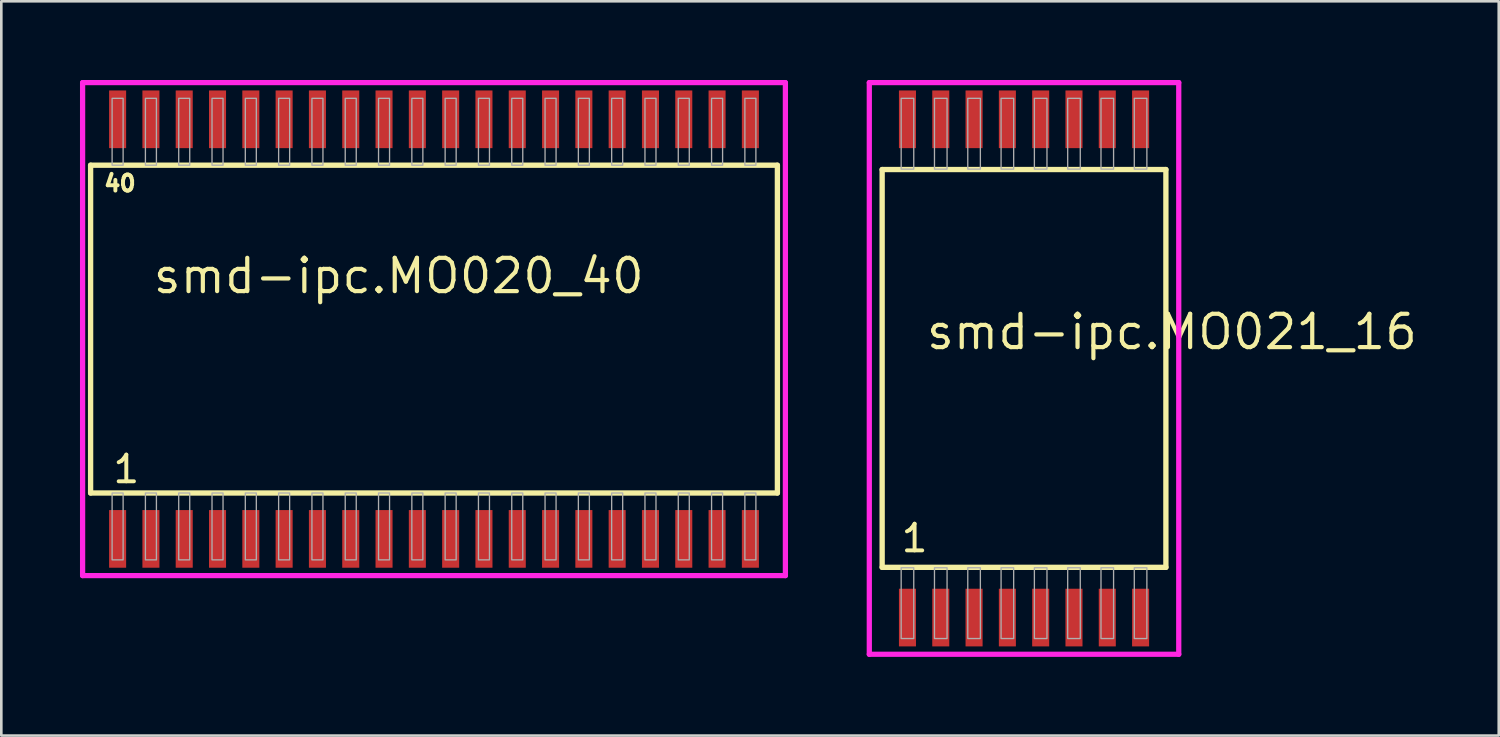
<source format=kicad_pcb>
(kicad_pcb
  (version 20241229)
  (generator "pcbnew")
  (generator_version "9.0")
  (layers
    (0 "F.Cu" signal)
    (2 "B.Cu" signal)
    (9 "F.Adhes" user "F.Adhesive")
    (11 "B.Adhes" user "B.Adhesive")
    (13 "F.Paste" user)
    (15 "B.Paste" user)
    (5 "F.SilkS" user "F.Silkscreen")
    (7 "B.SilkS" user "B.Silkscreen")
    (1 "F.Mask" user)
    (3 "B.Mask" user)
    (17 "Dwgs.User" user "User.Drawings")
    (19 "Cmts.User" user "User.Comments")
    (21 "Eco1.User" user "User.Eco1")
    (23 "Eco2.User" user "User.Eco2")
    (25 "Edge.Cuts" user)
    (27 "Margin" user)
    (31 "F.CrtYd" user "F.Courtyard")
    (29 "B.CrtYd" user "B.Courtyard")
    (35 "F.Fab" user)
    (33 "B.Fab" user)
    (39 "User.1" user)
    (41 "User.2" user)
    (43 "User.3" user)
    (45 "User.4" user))
  (footprint "smd-ipc.MO020_40"
    (layer "F.Cu")
    (at 13.5 9.5)
    (property "Reference" "smd-ipc.MO020_40" (at -10.795 -1.285 0) (layer "F.SilkS") (effects (font (size 1.27 1.27) (thickness 0.16)) (justify left bottom)))
    (attr smd)
    (fp_line (start -13.095 -6.25) (end 13.095 -6.25) (stroke (width 0.203) (type default)) (layer "F.SilkS"))
    (fp_line (start -13.095 6.25) (end -13.095 -6.25) (stroke (width 0.203) (type default)) (layer "F.SilkS"))
    (fp_line (start 13.095 -6.25) (end 13.095 6.25) (stroke (width 0.203) (type default)) (layer "F.SilkS"))
    (fp_line (start 13.095 6.25) (end -13.095 6.25) (stroke (width 0.203) (type default)) (layer "F.SilkS"))
    (fp_line (start -13.4 -9.4) (end 13.4 -9.4) (stroke (width 0.2) (type default)) (layer "F.CrtYd"))
    (fp_line (start -13.4 9.4) (end -13.4 -9.4) (stroke (width 0.2) (type default)) (layer "F.CrtYd"))
    (fp_line (start 13.4 -9.4) (end 13.4 9.4) (stroke (width 0.2) (type default)) (layer "F.CrtYd"))
    (fp_line (start 13.4 9.4) (end -13.4 9.4) (stroke (width 0.2) (type default)) (layer "F.CrtYd"))
    (fp_rect (start -12.275 -6.25) (end -11.855 -8.8) (stroke (width 0.05) (type default)) (fill no) (layer "F.Fab"))
    (fp_rect (start -12.275 8.8) (end -11.855 6.25) (stroke (width 0.05) (type default)) (fill no) (layer "F.Fab"))
    (fp_rect (start -11.005 -6.25) (end -10.585 -8.8) (stroke (width 0.05) (type default)) (fill no) (layer "F.Fab"))
    (fp_rect (start -11.005 8.8) (end -10.585 6.25) (stroke (width 0.05) (type default)) (fill no) (layer "F.Fab"))
    (fp_rect (start -9.735 -6.25) (end -9.315 -8.8) (stroke (width 0.05) (type default)) (fill no) (layer "F.Fab"))
    (fp_rect (start -9.735 8.8) (end -9.315 6.25) (stroke (width 0.05) (type default)) (fill no) (layer "F.Fab"))
    (fp_rect (start -8.465 -6.25) (end -8.045 -8.8) (stroke (width 0.05) (type default)) (fill no) (layer "F.Fab"))
    (fp_rect (start -8.465 8.8) (end -8.045 6.25) (stroke (width 0.05) (type default)) (fill no) (layer "F.Fab"))
    (fp_rect (start -7.195 -6.25) (end -6.775 -8.8) (stroke (width 0.05) (type default)) (fill no) (layer "F.Fab"))
    (fp_rect (start -7.195 8.8) (end -6.775 6.25) (stroke (width 0.05) (type default)) (fill no) (layer "F.Fab"))
    (fp_rect (start -5.925 -6.25) (end -5.505 -8.8) (stroke (width 0.05) (type default)) (fill no) (layer "F.Fab"))
    (fp_rect (start -5.925 8.8) (end -5.505 6.25) (stroke (width 0.05) (type default)) (fill no) (layer "F.Fab"))
    (fp_rect (start -4.655 -6.25) (end -4.235 -8.8) (stroke (width 0.05) (type default)) (fill no) (layer "F.Fab"))
    (fp_rect (start -4.655 8.8) (end -4.235 6.25) (stroke (width 0.05) (type default)) (fill no) (layer "F.Fab"))
    (fp_rect (start -3.385 -6.25) (end -2.965 -8.8) (stroke (width 0.05) (type default)) (fill no) (layer "F.Fab"))
    (fp_rect (start -3.385 8.8) (end -2.965 6.25) (stroke (width 0.05) (type default)) (fill no) (layer "F.Fab"))
    (fp_rect (start -2.115 -6.25) (end -1.695 -8.8) (stroke (width 0.05) (type default)) (fill no) (layer "F.Fab"))
    (fp_rect (start -2.115 8.8) (end -1.695 6.25) (stroke (width 0.05) (type default)) (fill no) (layer "F.Fab"))
    (fp_rect (start -0.845 -6.25) (end -0.425 -8.8) (stroke (width 0.05) (type default)) (fill no) (layer "F.Fab"))
    (fp_rect (start -0.845 8.8) (end -0.425 6.25) (stroke (width 0.05) (type default)) (fill no) (layer "F.Fab"))
    (fp_rect (start 0.425 -6.25) (end 0.845 -8.8) (stroke (width 0.05) (type default)) (fill no) (layer "F.Fab"))
    (fp_rect (start 0.425 8.8) (end 0.845 6.25) (stroke (width 0.05) (type default)) (fill no) (layer "F.Fab"))
    (fp_rect (start 1.695 -6.25) (end 2.115 -8.8) (stroke (width 0.05) (type default)) (fill no) (layer "F.Fab"))
    (fp_rect (start 1.695 8.8) (end 2.115 6.25) (stroke (width 0.05) (type default)) (fill no) (layer "F.Fab"))
    (fp_rect (start 2.965 -6.25) (end 3.385 -8.8) (stroke (width 0.05) (type default)) (fill no) (layer "F.Fab"))
    (fp_rect (start 2.965 8.8) (end 3.385 6.25) (stroke (width 0.05) (type default)) (fill no) (layer "F.Fab"))
    (fp_rect (start 4.235 -6.25) (end 4.655 -8.8) (stroke (width 0.05) (type default)) (fill no) (layer "F.Fab"))
    (fp_rect (start 4.235 8.8) (end 4.655 6.25) (stroke (width 0.05) (type default)) (fill no) (layer "F.Fab"))
    (fp_rect (start 5.505 -6.25) (end 5.925 -8.8) (stroke (width 0.05) (type default)) (fill no) (layer "F.Fab"))
    (fp_rect (start 5.505 8.8) (end 5.925 6.25) (stroke (width 0.05) (type default)) (fill no) (layer "F.Fab"))
    (fp_rect (start 6.775 -6.25) (end 7.195 -8.8) (stroke (width 0.05) (type default)) (fill no) (layer "F.Fab"))
    (fp_rect (start 6.775 8.8) (end 7.195 6.25) (stroke (width 0.05) (type default)) (fill no) (layer "F.Fab"))
    (fp_rect (start 8.045 -6.25) (end 8.465 -8.8) (stroke (width 0.05) (type default)) (fill no) (layer "F.Fab"))
    (fp_rect (start 8.045 8.8) (end 8.465 6.25) (stroke (width 0.05) (type default)) (fill no) (layer "F.Fab"))
    (fp_rect (start 9.315 -6.25) (end 9.735 -8.8) (stroke (width 0.05) (type default)) (fill no) (layer "F.Fab"))
    (fp_rect (start 9.315 8.8) (end 9.735 6.25) (stroke (width 0.05) (type default)) (fill no) (layer "F.Fab"))
    (fp_rect (start 10.585 -6.25) (end 11.005 -8.8) (stroke (width 0.05) (type default)) (fill no) (layer "F.Fab"))
    (fp_rect (start 10.585 8.8) (end 11.005 6.25) (stroke (width 0.05) (type default)) (fill no) (layer "F.Fab"))
    (fp_rect (start 11.855 -6.25) (end 12.275 -8.8) (stroke (width 0.05) (type default)) (fill no) (layer "F.Fab"))
    (fp_rect (start 11.855 8.8) (end 12.275 6.25) (stroke (width 0.05) (type default)) (fill no) (layer "F.Fab"))
    (fp_text user "1" (at -12.316 5.935 0) (layer "F.SilkS") (effects (font (size 1.016 1.016) (thickness 0.15)) (justify left bottom)))
    (fp_text user "40" (at -12.656 -5.2 0) (layer "F.SilkS") (effects (font (size 0.61 0.61) (thickness 0.15)) (justify left bottom)))
    (pad "1" smd roundrect (at -12.065 8) (size 0.65 2.2) (layers "F.Cu" "F.Mask" "F.Paste") (roundrect_rratio 0.01))
    (pad "2" smd roundrect (at -10.795 8) (size 0.65 2.2) (layers "F.Cu" "F.Mask" "F.Paste") (roundrect_rratio 0.01))
    (pad "3" smd roundrect (at -9.525 8) (size 0.65 2.2) (layers "F.Cu" "F.Mask" "F.Paste") (roundrect_rratio 0.01))
    (pad "4" smd roundrect (at -8.255 8) (size 0.65 2.2) (layers "F.Cu" "F.Mask" "F.Paste") (roundrect_rratio 0.01))
    (pad "5" smd roundrect (at -6.985 8) (size 0.65 2.2) (layers "F.Cu" "F.Mask" "F.Paste") (roundrect_rratio 0.01))
    (pad "6" smd roundrect (at -5.715 8) (size 0.65 2.2) (layers "F.Cu" "F.Mask" "F.Paste") (roundrect_rratio 0.01))
    (pad "7" smd roundrect (at -4.445 8) (size 0.65 2.2) (layers "F.Cu" "F.Mask" "F.Paste") (roundrect_rratio 0.01))
    (pad "8" smd roundrect (at -3.175 8) (size 0.65 2.2) (layers "F.Cu" "F.Mask" "F.Paste") (roundrect_rratio 0.01))
    (pad "9" smd roundrect (at -1.905 8) (size 0.65 2.2) (layers "F.Cu" "F.Mask" "F.Paste") (roundrect_rratio 0.01))
    (pad "10" smd roundrect (at -0.635 8) (size 0.65 2.2) (layers "F.Cu" "F.Mask" "F.Paste") (roundrect_rratio 0.01))
    (pad "11" smd roundrect (at 0.635 8) (size 0.65 2.2) (layers "F.Cu" "F.Mask" "F.Paste") (roundrect_rratio 0.01))
    (pad "12" smd roundrect (at 1.905 8) (size 0.65 2.2) (layers "F.Cu" "F.Mask" "F.Paste") (roundrect_rratio 0.01))
    (pad "13" smd roundrect (at 3.175 8) (size 0.65 2.2) (layers "F.Cu" "F.Mask" "F.Paste") (roundrect_rratio 0.01))
    (pad "14" smd roundrect (at 4.445 8) (size 0.65 2.2) (layers "F.Cu" "F.Mask" "F.Paste") (roundrect_rratio 0.01))
    (pad "15" smd roundrect (at 5.715 8) (size 0.65 2.2) (layers "F.Cu" "F.Mask" "F.Paste") (roundrect_rratio 0.01))
    (pad "16" smd roundrect (at 6.985 8) (size 0.65 2.2) (layers "F.Cu" "F.Mask" "F.Paste") (roundrect_rratio 0.01))
    (pad "17" smd roundrect (at 8.255 8) (size 0.65 2.2) (layers "F.Cu" "F.Mask" "F.Paste") (roundrect_rratio 0.01))
    (pad "18" smd roundrect (at 9.525 8) (size 0.65 2.2) (layers "F.Cu" "F.Mask" "F.Paste") (roundrect_rratio 0.01))
    (pad "19" smd roundrect (at 10.795 8) (size 0.65 2.2) (layers "F.Cu" "F.Mask" "F.Paste") (roundrect_rratio 0.01))
    (pad "20" smd roundrect (at 12.065 8) (size 0.65 2.2) (layers "F.Cu" "F.Mask" "F.Paste") (roundrect_rratio 0.01))
    (pad "21" smd roundrect (at 12.065 -8) (size 0.65 2.2) (layers "F.Cu" "F.Mask" "F.Paste") (roundrect_rratio 0.01))
    (pad "22" smd roundrect (at 10.795 -8) (size 0.65 2.2) (layers "F.Cu" "F.Mask" "F.Paste") (roundrect_rratio 0.01))
    (pad "23" smd roundrect (at 9.525 -8) (size 0.65 2.2) (layers "F.Cu" "F.Mask" "F.Paste") (roundrect_rratio 0.01))
    (pad "24" smd roundrect (at 8.255 -8) (size 0.65 2.2) (layers "F.Cu" "F.Mask" "F.Paste") (roundrect_rratio 0.01))
    (pad "25" smd roundrect (at 6.985 -8) (size 0.65 2.2) (layers "F.Cu" "F.Mask" "F.Paste") (roundrect_rratio 0.01))
    (pad "26" smd roundrect (at 5.715 -8) (size 0.65 2.2) (layers "F.Cu" "F.Mask" "F.Paste") (roundrect_rratio 0.01))
    (pad "27" smd roundrect (at 4.445 -8) (size 0.65 2.2) (layers "F.Cu" "F.Mask" "F.Paste") (roundrect_rratio 0.01))
    (pad "28" smd roundrect (at 3.175 -8) (size 0.65 2.2) (layers "F.Cu" "F.Mask" "F.Paste") (roundrect_rratio 0.01))
    (pad "29" smd roundrect (at 1.905 -8) (size 0.65 2.2) (layers "F.Cu" "F.Mask" "F.Paste") (roundrect_rratio 0.01))
    (pad "30" smd roundrect (at 0.635 -8) (size 0.65 2.2) (layers "F.Cu" "F.Mask" "F.Paste") (roundrect_rratio 0.01))
    (pad "31" smd roundrect (at -0.635 -8) (size 0.65 2.2) (layers "F.Cu" "F.Mask" "F.Paste") (roundrect_rratio 0.01))
    (pad "32" smd roundrect (at -1.905 -8) (size 0.65 2.2) (layers "F.Cu" "F.Mask" "F.Paste") (roundrect_rratio 0.01))
    (pad "33" smd roundrect (at -3.175 -8) (size 0.65 2.2) (layers "F.Cu" "F.Mask" "F.Paste") (roundrect_rratio 0.01))
    (pad "34" smd roundrect (at -4.445 -8) (size 0.65 2.2) (layers "F.Cu" "F.Mask" "F.Paste") (roundrect_rratio 0.01))
    (pad "35" smd roundrect (at -5.715 -8) (size 0.65 2.2) (layers "F.Cu" "F.Mask" "F.Paste") (roundrect_rratio 0.01))
    (pad "36" smd roundrect (at -6.985 -8) (size 0.65 2.2) (layers "F.Cu" "F.Mask" "F.Paste") (roundrect_rratio 0.01))
    (pad "37" smd roundrect (at -8.255 -8) (size 0.65 2.2) (layers "F.Cu" "F.Mask" "F.Paste") (roundrect_rratio 0.01))
    (pad "38" smd roundrect (at -9.525 -8) (size 0.65 2.2) (layers "F.Cu" "F.Mask" "F.Paste") (roundrect_rratio 0.01))
    (pad "39" smd roundrect (at -10.795 -8) (size 0.65 2.2) (layers "F.Cu" "F.Mask" "F.Paste") (roundrect_rratio 0.01))
    (pad "40" smd roundrect (at -12.065 -8) (size 0.65 2.2) (layers "F.Cu" "F.Mask" "F.Paste") (roundrect_rratio 0.01)))
  (footprint "smd-ipc.MO021_16"
    (layer "F.Cu")
    (at 36 11)
    (property "Reference" "smd-ipc.MO021_16" (at -3.81 -0.65 0) (layer "F.SilkS") (effects (font (size 1.27 1.27) (thickness 0.16)) (justify left bottom)))
    (attr smd)
    (fp_line (start -5.41 -7.585) (end 5.41 -7.585) (stroke (width 0.203) (type default)) (layer "F.SilkS"))
    (fp_line (start -5.41 7.585) (end -5.41 -7.585) (stroke (width 0.203) (type default)) (layer "F.SilkS"))
    (fp_line (start 5.41 -7.585) (end 5.41 7.585) (stroke (width 0.203) (type default)) (layer "F.SilkS"))
    (fp_line (start 5.41 7.585) (end -5.41 7.585) (stroke (width 0.203) (type default)) (layer "F.SilkS"))
    (fp_line (start -5.9 -10.9) (end 5.9 -10.9) (stroke (width 0.2) (type default)) (layer "F.CrtYd"))
    (fp_line (start -5.9 10.9) (end -5.9 -10.9) (stroke (width 0.2) (type default)) (layer "F.CrtYd"))
    (fp_line (start 5.9 -10.9) (end 5.9 10.9) (stroke (width 0.2) (type default)) (layer "F.CrtYd"))
    (fp_line (start 5.9 10.9) (end -5.9 10.9) (stroke (width 0.2) (type default)) (layer "F.CrtYd"))
    (fp_rect (start -4.685 -7.6) (end -4.205 -10.3) (stroke (width 0.05) (type default)) (fill no) (layer "F.Fab"))
    (fp_rect (start -4.685 10.3) (end -4.205 7.6) (stroke (width 0.05) (type default)) (fill no) (layer "F.Fab"))
    (fp_rect (start -3.415 -7.6) (end -2.935 -10.3) (stroke (width 0.05) (type default)) (fill no) (layer "F.Fab"))
    (fp_rect (start -3.415 10.3) (end -2.935 7.6) (stroke (width 0.05) (type default)) (fill no) (layer "F.Fab"))
    (fp_rect (start -2.145 -7.6) (end -1.665 -10.3) (stroke (width 0.05) (type default)) (fill no) (layer "F.Fab"))
    (fp_rect (start -2.145 10.3) (end -1.665 7.6) (stroke (width 0.05) (type default)) (fill no) (layer "F.Fab"))
    (fp_rect (start -0.875 -7.6) (end -0.395 -10.3) (stroke (width 0.05) (type default)) (fill no) (layer "F.Fab"))
    (fp_rect (start -0.875 10.3) (end -0.395 7.6) (stroke (width 0.05) (type default)) (fill no) (layer "F.Fab"))
    (fp_rect (start 0.395 -7.6) (end 0.875 -10.3) (stroke (width 0.05) (type default)) (fill no) (layer "F.Fab"))
    (fp_rect (start 0.395 10.3) (end 0.875 7.6) (stroke (width 0.05) (type default)) (fill no) (layer "F.Fab"))
    (fp_rect (start 1.665 -7.6) (end 2.145 -10.3) (stroke (width 0.05) (type default)) (fill no) (layer "F.Fab"))
    (fp_rect (start 1.665 10.3) (end 2.145 7.6) (stroke (width 0.05) (type default)) (fill no) (layer "F.Fab"))
    (fp_rect (start 2.935 -7.6) (end 3.415 -10.3) (stroke (width 0.05) (type default)) (fill no) (layer "F.Fab"))
    (fp_rect (start 2.935 10.3) (end 3.415 7.6) (stroke (width 0.05) (type default)) (fill no) (layer "F.Fab"))
    (fp_rect (start 4.205 -7.6) (end 4.685 -10.3) (stroke (width 0.05) (type default)) (fill no) (layer "F.Fab"))
    (fp_rect (start 4.205 10.3) (end 4.685 7.6) (stroke (width 0.05) (type default)) (fill no) (layer "F.Fab"))
    (fp_text user "1" (at -4.756 7.07 0) (layer "F.SilkS") (effects (font (size 1.016 1.016) (thickness 0.15)) (justify left bottom)))
    (pad "1" smd roundrect (at -4.445 9.5) (size 0.65 2.2) (layers "F.Cu" "F.Mask" "F.Paste") (roundrect_rratio 0.01))
    (pad "2" smd roundrect (at -3.175 9.5) (size 0.65 2.2) (layers "F.Cu" "F.Mask" "F.Paste") (roundrect_rratio 0.01))
    (pad "3" smd roundrect (at -1.905 9.5) (size 0.65 2.2) (layers "F.Cu" "F.Mask" "F.Paste") (roundrect_rratio 0.01))
    (pad "4" smd roundrect (at -0.635 9.5) (size 0.65 2.2) (layers "F.Cu" "F.Mask" "F.Paste") (roundrect_rratio 0.01))
    (pad "5" smd roundrect (at 0.635 9.5) (size 0.65 2.2) (layers "F.Cu" "F.Mask" "F.Paste") (roundrect_rratio 0.01))
    (pad "6" smd roundrect (at 1.905 9.5) (size 0.65 2.2) (layers "F.Cu" "F.Mask" "F.Paste") (roundrect_rratio 0.01))
    (pad "7" smd roundrect (at 3.175 9.5) (size 0.65 2.2) (layers "F.Cu" "F.Mask" "F.Paste") (roundrect_rratio 0.01))
    (pad "8" smd roundrect (at 4.445 9.5) (size 0.65 2.2) (layers "F.Cu" "F.Mask" "F.Paste") (roundrect_rratio 0.01))
    (pad "9" smd roundrect (at 4.445 -9.5) (size 0.65 2.2) (layers "F.Cu" "F.Mask" "F.Paste") (roundrect_rratio 0.01))
    (pad "10" smd roundrect (at 3.175 -9.5) (size 0.65 2.2) (layers "F.Cu" "F.Mask" "F.Paste") (roundrect_rratio 0.01))
    (pad "11" smd roundrect (at 1.905 -9.5) (size 0.65 2.2) (layers "F.Cu" "F.Mask" "F.Paste") (roundrect_rratio 0.01))
    (pad "12" smd roundrect (at 0.635 -9.5) (size 0.65 2.2) (layers "F.Cu" "F.Mask" "F.Paste") (roundrect_rratio 0.01))
    (pad "13" smd roundrect (at -0.635 -9.5) (size 0.65 2.2) (layers "F.Cu" "F.Mask" "F.Paste") (roundrect_rratio 0.01))
    (pad "14" smd roundrect (at -1.905 -9.5) (size 0.65 2.2) (layers "F.Cu" "F.Mask" "F.Paste") (roundrect_rratio 0.01))
    (pad "15" smd roundrect (at -3.175 -9.5) (size 0.65 2.2) (layers "F.Cu" "F.Mask" "F.Paste") (roundrect_rratio 0.01))
    (pad "16" smd roundrect (at -4.445 -9.5) (size 0.65 2.2) (layers "F.Cu" "F.Mask" "F.Paste") (roundrect_rratio 0.01)))
  (gr_rect
    (start -3 -3)
    (end 54.103 25)
    (stroke (width 0.1) (type default))
    (fill no)
    (layer "Edge.Cuts")))
</source>
